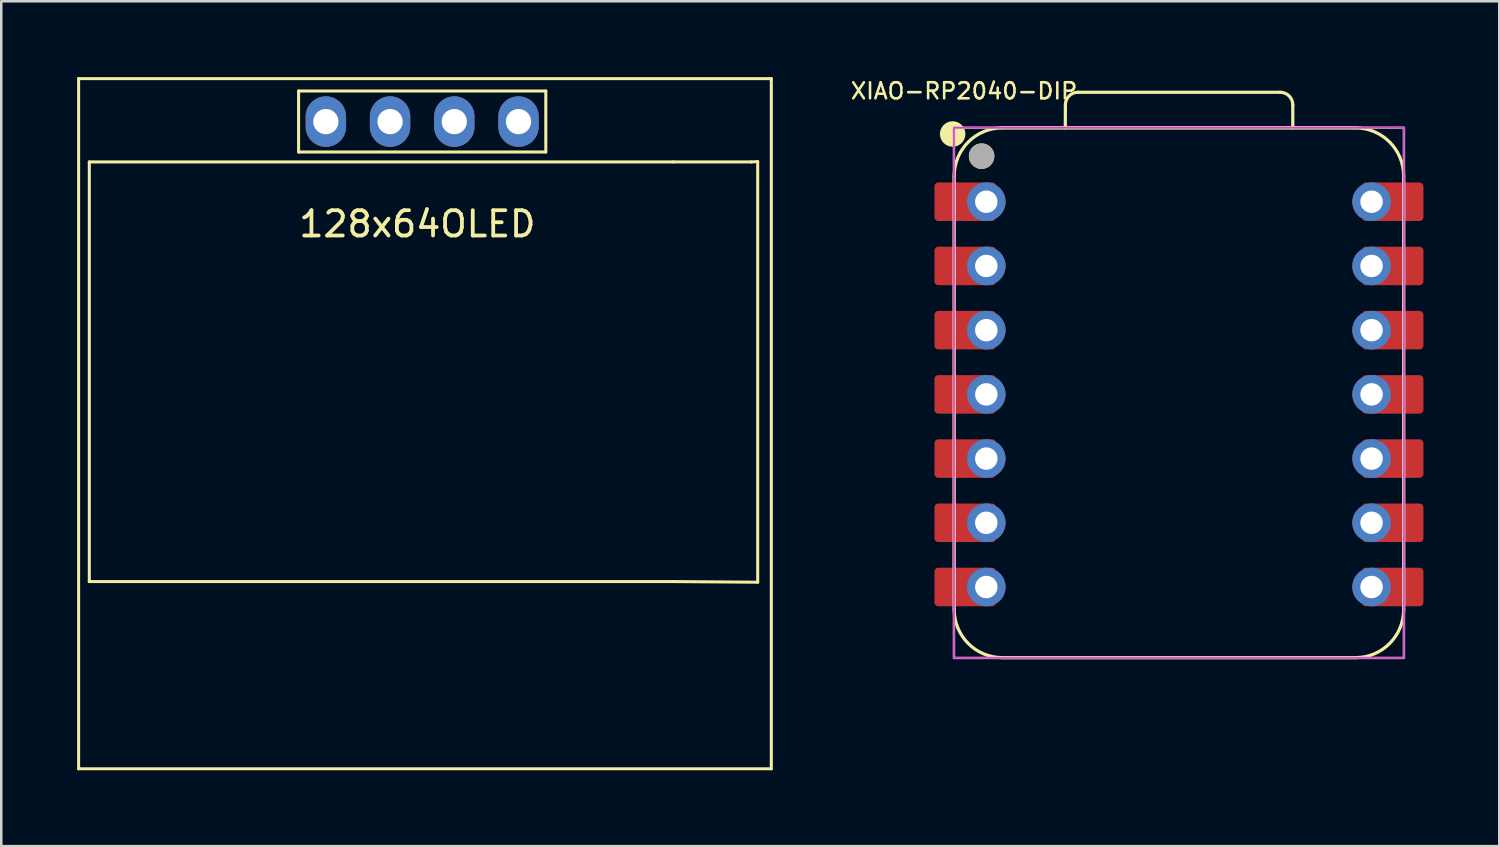
<source format=kicad_pcb>
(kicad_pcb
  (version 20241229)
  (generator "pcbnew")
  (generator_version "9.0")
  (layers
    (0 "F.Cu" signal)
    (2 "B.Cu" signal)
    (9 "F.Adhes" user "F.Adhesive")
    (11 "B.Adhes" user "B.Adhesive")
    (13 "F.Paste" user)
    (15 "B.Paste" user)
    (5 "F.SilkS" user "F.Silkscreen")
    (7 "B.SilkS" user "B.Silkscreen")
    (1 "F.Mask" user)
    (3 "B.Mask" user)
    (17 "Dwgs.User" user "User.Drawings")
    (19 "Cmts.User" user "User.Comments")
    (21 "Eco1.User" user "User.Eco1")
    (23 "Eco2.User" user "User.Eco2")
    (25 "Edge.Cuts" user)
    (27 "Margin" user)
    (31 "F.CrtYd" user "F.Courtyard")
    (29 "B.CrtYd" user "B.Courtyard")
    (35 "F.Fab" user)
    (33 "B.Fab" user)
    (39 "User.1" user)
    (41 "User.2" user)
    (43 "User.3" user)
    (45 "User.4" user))
  (footprint "128x64OLED"
    (layer "F.Cu")
    (at 13.46 12.36)
    (property "Reference" "128x64OLED" (at 0 -6.55 0) (layer "F.SilkS") (effects (font (size 1 1) (thickness 0.15))))
    (attr through_hole)
    (fp_line (start -13.4 -12.3) (end 14 -12.3) (stroke (width 0.12) (type solid)) (layer "F.SilkS"))
    (fp_line (start -13.4 15) (end -13.4 -12.3) (stroke (width 0.12) (type solid)) (layer "F.SilkS"))
    (fp_line (start -12.978 -9.005) (end 10.122 -9.005) (stroke (width 0.12) (type solid)) (layer "F.SilkS"))
    (fp_line (start -12.978 7.595) (end -12.978 -9.005) (stroke (width 0.12) (type solid)) (layer "F.SilkS"))
    (fp_line (start -4.699 -11.811) (end -4.699 -9.398) (stroke (width 0.12) (type solid)) (layer "F.SilkS"))
    (fp_line (start -4.699 -11.811) (end 5.08 -11.811) (stroke (width 0.12) (type solid)) (layer "F.SilkS"))
    (fp_line (start 5.08 -11.811) (end 5.08 -9.398) (stroke (width 0.12) (type solid)) (layer "F.SilkS"))
    (fp_line (start 5.08 -9.398) (end -4.699 -9.398) (stroke (width 0.12) (type solid)) (layer "F.SilkS"))
    (fp_line (start 10.122 -9.005) (end 13.208 -9.005) (stroke (width 0.12) (type solid)) (layer "F.SilkS"))
    (fp_line (start 10.122 7.595) (end -12.978 7.595) (stroke (width 0.12) (type solid)) (layer "F.SilkS"))
    (fp_line (start 10.122 7.595) (end 13.462 7.62) (stroke (width 0.12) (type solid)) (layer "F.SilkS"))
    (fp_line (start 13.462 -9.017) (end 13.208 -9.005) (stroke (width 0.12) (type solid)) (layer "F.SilkS"))
    (fp_line (start 13.462 7.62) (end 13.462 -9.017) (stroke (width 0.12) (type solid)) (layer "F.SilkS"))
    (fp_line (start 14 -12.3) (end 14 15) (stroke (width 0.12) (type solid)) (layer "F.SilkS"))
    (fp_line (start 14 15) (end -13.4 15) (stroke (width 0.12) (type solid)) (layer "F.SilkS"))
    (pad "1" thru_hole oval (at -3.62 -10.6 90) (size 2 1.6) (drill 1) (layers "*.Cu" "*.Mask"))
    (pad "2" thru_hole oval (at -1.08 -10.6 90) (size 2 1.6) (drill 1) (layers "*.Cu" "*.Mask"))
    (pad "3" thru_hole oval (at 1.46 -10.6 90) (size 2 1.6) (drill 1) (layers "*.Cu" "*.Mask"))
    (pad "4" thru_hole oval (at 4 -10.6 90) (size 2 1.6) (drill 1) (layers "*.Cu" "*.Mask")))
  (footprint "XIAO-RP2040-DIP"
    (layer "F.Cu")
    (at 43.584 12.55)
    (property "Reference" "XIAO-RP2040-DIP" (at -8.5 -12 0) (unlocked yes) (layer "F.SilkS") (effects (font (size 0.635 0.635) (thickness 0.102))))
    (attr smd)
    (fp_line (start -8.89 8.509) (end -8.89 -8.636) (stroke (width 0.127) (type solid)) (layer "F.SilkS"))
    (fp_line (start -6.985 10.414) (end 6.985 10.414) (stroke (width 0.127) (type solid)) (layer "F.SilkS"))
    (fp_line (start -4.495 -10.541) (end -4.491 -11.451) (stroke (width 0.127) (type solid)) (layer "F.SilkS"))
    (fp_line (start -3.991 -11.951) (end 4.004 -11.951) (stroke (width 0.127) (type solid)) (layer "F.SilkS"))
    (fp_line (start 4.504 -11.451) (end 4.504 -10.541) (stroke (width 0.127) (type solid)) (layer "F.SilkS"))
    (fp_line (start 6.985 -10.541) (end -6.985 -10.541) (stroke (width 0.1) (type solid)) (layer "F.SilkS"))
    (fp_line (start 6.985 -10.541) (end -6.985 -10.541) (stroke (width 0.127) (type solid)) (layer "F.SilkS"))
    (fp_line (start 8.89 8.509) (end 8.89 -8.636) (stroke (width 0.127) (type solid)) (layer "F.SilkS"))
    (fp_arc (start -8.89 -8.636) (mid -8.332038 -9.983038) (end -6.985 -10.541) (stroke (width 0.127) (type solid)) (layer "F.SilkS"))
    (fp_arc (start -6.985 10.414) (mid -8.332038 9.856038) (end -8.89 8.509) (stroke (width 0.127) (type solid)) (layer "F.SilkS"))
    (fp_arc (start -4.491272 -11.451272) (mid -4.344724 -11.804644) (end -3.991272 -11.951) (stroke (width 0.127) (type default)) (layer "F.SilkS"))
    (fp_arc (start 4.004 -11.951) (mid 4.357553 -11.804553) (end 4.504 -11.451) (stroke (width 0.127) (type default)) (layer "F.SilkS"))
    (fp_arc (start 6.985 -10.541) (mid 8.332038 -9.983038) (end 8.89 -8.636) (stroke (width 0.127) (type solid)) (layer "F.SilkS"))
    (fp_arc (start 8.89 8.509) (mid 8.332038 9.856038) (end 6.985 10.414) (stroke (width 0.127) (type solid)) (layer "F.SilkS"))
    (fp_circle (center -8.95 -10.3) (end -8.95 -10.554) (stroke (width 0.5) (type solid)) (fill yes) (layer "F.SilkS"))
    (fp_circle (center -7.807 -9.42) (end -7.807 -9.674) (stroke (width 0.5) (type solid)) (fill yes) (layer "F.SilkS"))
    (fp_rect (start -8.9 -10.55) (end 8.9 10.425) (stroke (width 0.05) (type default)) (fill no) (layer "F.CrtYd"))
    (fp_rect (start -8.9 -10.55) (end 8.9 10.425) (stroke (width 0.1) (type default)) (fill no) (layer "F.Fab"))
    (fp_circle (center -7.804 -9.426) (end -7.804 -9.68) (stroke (width 0.5) (type solid)) (fill no) (layer "F.Fab"))
    (pad "1" smd roundrect (at -8.455 -7.62 180) (size 2.432 1.524) (layers "F.Cu" "F.Mask") (roundrect_rratio 0.1))
    (pad "1" thru_hole circle (at -7.62 -7.62 180) (size 1.524 1.524) (drill 0.889) (layers "*.Cu" "*.Mask"))
    (pad "2" smd roundrect (at -8.455 -5.08 180) (size 2.432 1.524) (layers "F.Cu" "F.Mask") (roundrect_rratio 0.1))
    (pad "2" thru_hole circle (at -7.62 -5.08 180) (size 1.524 1.524) (drill 0.889) (layers "*.Cu" "*.Mask"))
    (pad "3" smd roundrect (at -8.455 -2.54 180) (size 2.432 1.524) (layers "F.Cu" "F.Mask") (roundrect_rratio 0.1))
    (pad "3" thru_hole circle (at -7.62 -2.54 180) (size 1.524 1.524) (drill 0.889) (layers "*.Cu" "*.Mask"))
    (pad "4" smd roundrect (at -8.455 0 180) (size 2.432 1.524) (layers "F.Cu" "F.Mask") (roundrect_rratio 0.1))
    (pad "4" thru_hole circle (at -7.62 0 180) (size 1.524 1.524) (drill 0.889) (layers "*.Cu" "*.Mask"))
    (pad "5" smd roundrect (at -8.455 2.54 180) (size 2.432 1.524) (layers "F.Cu" "F.Mask") (roundrect_rratio 0.1))
    (pad "5" thru_hole circle (at -7.62 2.54 180) (size 1.524 1.524) (drill 0.889) (layers "*.Cu" "*.Mask"))
    (pad "6" smd roundrect (at -8.455 5.08 180) (size 2.432 1.524) (layers "F.Cu" "F.Mask") (roundrect_rratio 0.1))
    (pad "6" thru_hole circle (at -7.62 5.08 180) (size 1.524 1.524) (drill 0.889) (layers "*.Cu" "*.Mask"))
    (pad "7" smd roundrect (at -8.455 7.62 180) (size 2.432 1.524) (layers "F.Cu" "F.Mask") (roundrect_rratio 0.1))
    (pad "7" thru_hole circle (at -7.62 7.62 180) (size 1.524 1.524) (drill 0.889) (layers "*.Cu" "*.Mask"))
    (pad "8" thru_hole circle (at 7.62 7.62) (size 1.524 1.524) (drill 0.889) (layers "*.Cu" "*.Mask"))
    (pad "8" smd roundrect (at 8.455 7.62) (size 2.432 1.524) (layers "F.Cu" "F.Mask") (roundrect_rratio 0.1))
    (pad "9" thru_hole circle (at 7.62 5.08) (size 1.524 1.524) (drill 0.889) (layers "*.Cu" "*.Mask"))
    (pad "9" smd roundrect (at 8.455 5.08) (size 2.432 1.524) (layers "F.Cu" "F.Mask") (roundrect_rratio 0.1))
    (pad "10" thru_hole circle (at 7.62 2.54) (size 1.524 1.524) (drill 0.889) (layers "*.Cu" "*.Mask"))
    (pad "10" smd roundrect (at 8.455 2.54) (size 2.432 1.524) (layers "F.Cu" "F.Mask") (roundrect_rratio 0.1))
    (pad "11" thru_hole circle (at 7.62 0) (size 1.524 1.524) (drill 0.889) (layers "*.Cu" "*.Mask"))
    (pad "11" smd roundrect (at 8.455 0) (size 2.432 1.524) (layers "F.Cu" "F.Mask") (roundrect_rratio 0.1))
    (pad "12" thru_hole circle (at 7.62 -2.54) (size 1.524 1.524) (drill 0.889) (layers "*.Cu" "*.Mask"))
    (pad "12" smd roundrect (at 8.455 -2.54) (size 2.432 1.524) (layers "F.Cu" "F.Mask") (roundrect_rratio 0.1))
    (pad "13" thru_hole circle (at 7.62 -5.08) (size 1.524 1.524) (drill 0.889) (layers "*.Cu" "*.Mask"))
    (pad "13" smd roundrect (at 8.455 -5.08) (size 2.432 1.524) (layers "F.Cu" "F.Mask") (roundrect_rratio 0.1))
    (pad "14" thru_hole circle (at 7.62 -7.62) (size 1.524 1.524) (drill 0.889) (layers "*.Cu" "*.Mask"))
    (pad "14" smd roundrect (at 8.455 -7.62) (size 2.432 1.524) (layers "F.Cu" "F.Mask") (roundrect_rratio 0.1)))
  (gr_rect
    (start -3 -3)
    (end 56.255 30.42)
    (stroke (width 0.1) (type default))
    (fill no)
    (layer "Edge.Cuts")))
</source>
